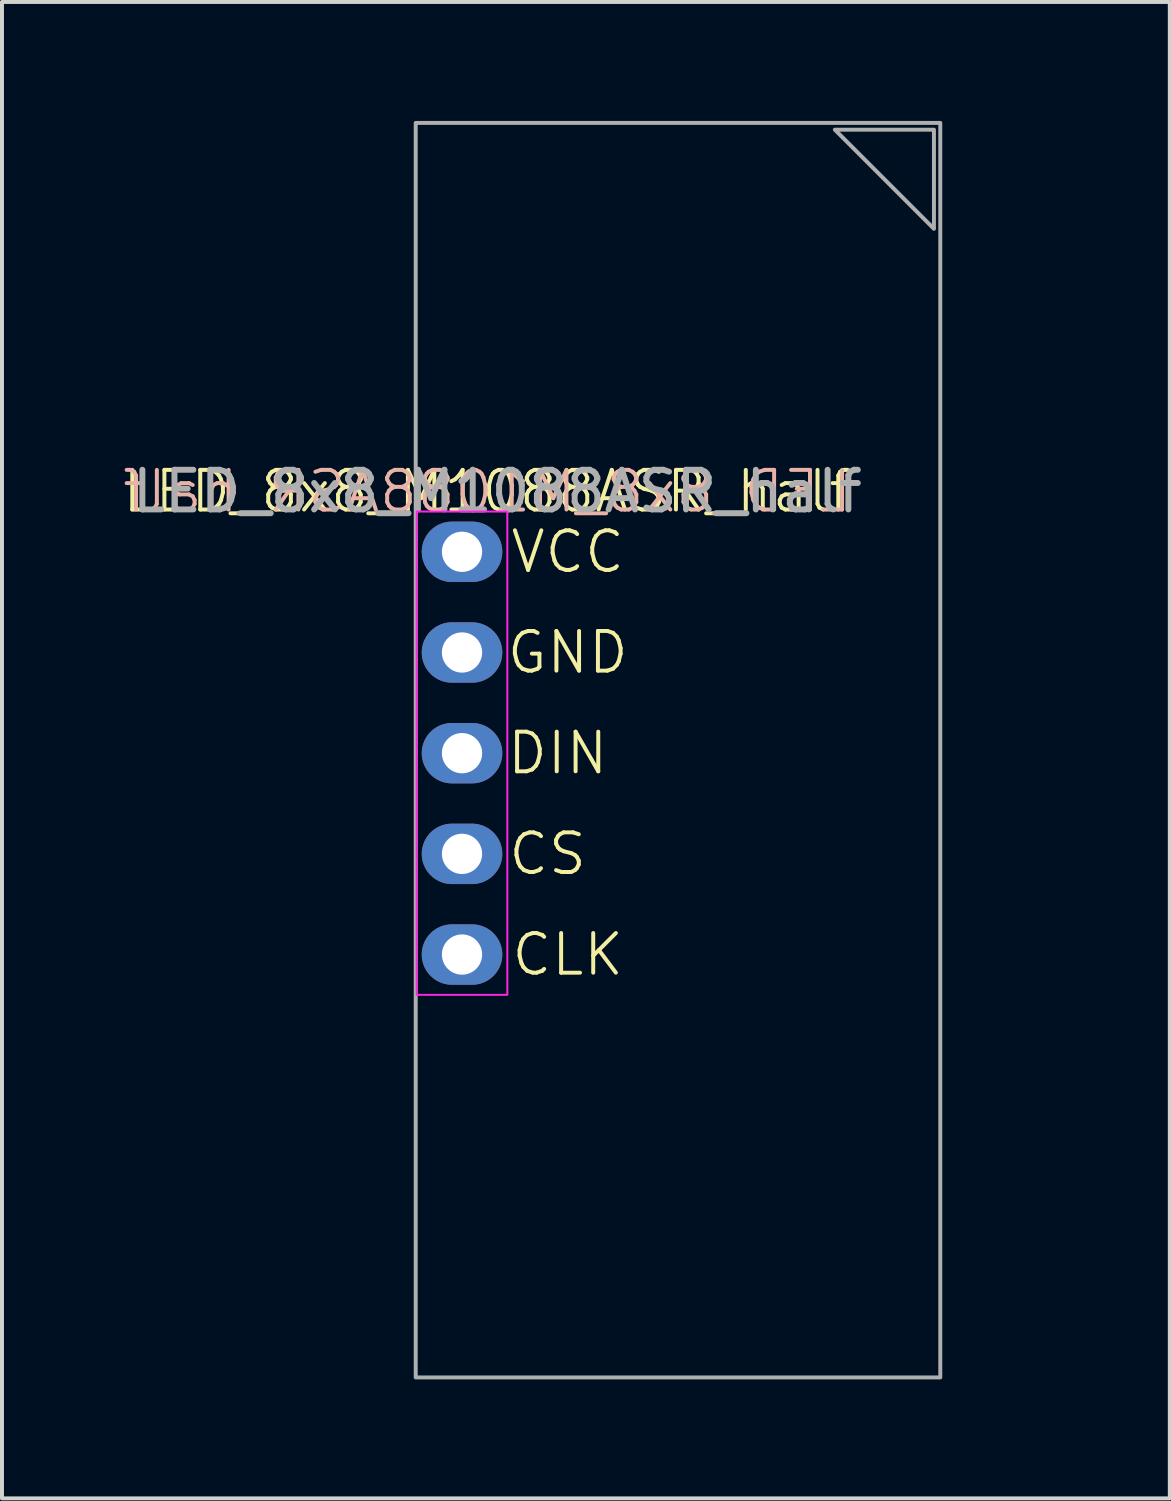
<source format=kicad_pcb>
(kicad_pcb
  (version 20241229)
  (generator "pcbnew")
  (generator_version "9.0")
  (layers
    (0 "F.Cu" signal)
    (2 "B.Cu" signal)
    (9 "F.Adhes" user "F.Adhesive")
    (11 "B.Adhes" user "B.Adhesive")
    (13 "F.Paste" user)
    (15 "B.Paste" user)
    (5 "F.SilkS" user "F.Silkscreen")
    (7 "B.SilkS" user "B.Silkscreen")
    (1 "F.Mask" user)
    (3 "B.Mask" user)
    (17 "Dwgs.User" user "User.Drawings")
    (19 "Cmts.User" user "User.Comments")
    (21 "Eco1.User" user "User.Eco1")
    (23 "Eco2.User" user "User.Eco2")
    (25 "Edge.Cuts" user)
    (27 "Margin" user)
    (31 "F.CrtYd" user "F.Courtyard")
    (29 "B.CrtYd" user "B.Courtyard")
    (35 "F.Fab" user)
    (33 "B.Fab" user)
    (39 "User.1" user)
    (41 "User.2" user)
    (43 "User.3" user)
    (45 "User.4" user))
  (footprint "LED_8x8_M1088ASR_half"
    (layer "F.Cu")
    (at 23.21 15.95)
    (property "Reference" "LED_8x8_M1088ASR_half" (at -13.97 -6.604 0) (unlocked yes) (layer "F.SilkS") (effects (font (size 1 1) (thickness 0.1))))
    (attr through_hole)
    (fp_rect (start -15.748 -6.096) (end -13.462 6.096) (stroke (width 0.05) (type default)) (fill no) (layer "F.CrtYd"))
    (fp_rect (start -15.773 -15.9) (end -2.54 15.748) (stroke (width 0.1) (type default)) (fill no) (layer "F.Fab"))
    (fp_poly (pts (xy -2.7 -15.728) (xy -2.7 -13.228) (xy -5.2 -15.728)) (stroke (width 0.1) (type solid)) (fill no) (layer "F.Fab"))
    (fp_text user "CLK" (at -11.938 5.08 0) (unlocked yes) (layer "F.SilkS") (effects (font (size 1 1) (thickness 0.1))))
    (fp_text user "CS" (at -12.446 2.54 0) (unlocked yes) (layer "F.SilkS") (effects (font (size 1 1) (thickness 0.1))))
    (fp_text user "VCC" (at -11.938 -5.08 0) (unlocked yes) (layer "F.SilkS") (effects (font (size 1 1) (thickness 0.1))))
    (fp_text user "GND" (at -11.938 -2.54 0) (unlocked yes) (layer "F.SilkS") (effects (font (size 1 1) (thickness 0.1))))
    (fp_text user "DIN" (at -12.192 0 0) (unlocked yes) (layer "F.SilkS") (effects (font (size 1 1) (thickness 0.1))))
    (fp_text user "${REFERENCE}" (at -13.97 -6.604 0) (unlocked yes) (layer "B.SilkS") (effects (font (size 1 1) (thickness 0.1)) (justify mirror)))
    (fp_text user "${REFERENCE}" (at -13.716 -6.604 0) (unlocked yes) (layer "F.Fab") (effects (font (size 1 1) (thickness 0.15))))
    (pad "CLK" thru_hole oval (at -14.605 5.08 180) (size 2.032 1.524) (drill 1.016) (layers "*.Cu" "*.Mask"))
    (pad "CS" thru_hole oval (at -14.605 2.54 180) (size 2.032 1.524) (drill 1.016) (layers "*.Cu" "*.Mask"))
    (pad "DIN" thru_hole oval (at -14.605 0 180) (size 2.032 1.524) (drill 1.016) (layers "*.Cu" "*.Mask"))
    (pad "GND" thru_hole oval (at -14.605 -2.54 180) (size 2.032 1.524) (drill 1.016) (layers "*.Cu" "*.Mask"))
    (pad "VCC" thru_hole oval (at -14.605 -5.08 180) (size 2.032 1.524) (drill 1.016) (layers "*.Cu" "*.Mask")))
  (gr_rect
    (start -3 -3)
    (end 26.46 34.748)
    (stroke (width 0.1) (type default))
    (fill no)
    (layer "Edge.Cuts")))
</source>
